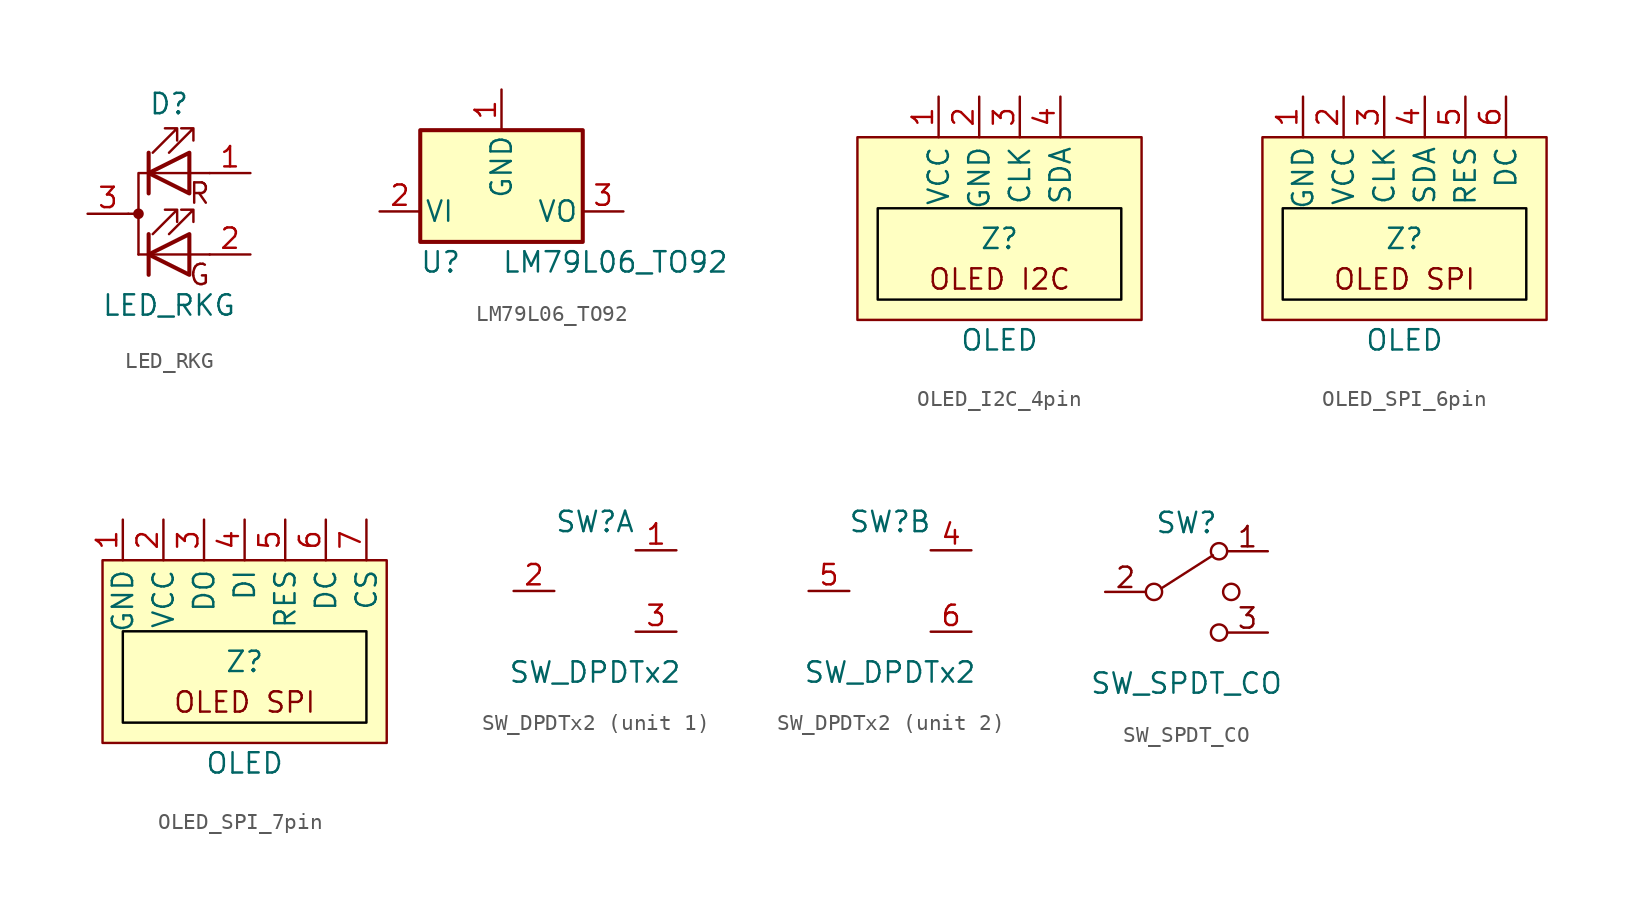
<source format=kicad_sym>
(kicad_symbol_lib
  (version 20220914)
  (generator kicad_symbol_editor)
  (symbol "LED_RKG"
    (pin_names
      (offset 0) hide)
    (property "Reference" "D"
      (at 0 6.858 0)
      (effects (font (size 1.27 1.27))))
    (property "Value" "LED_RKG"
      (at 0 -5.715 0)
      (effects (font (size 1.27 1.27))))
    (symbol "LED_RKG_0_0"
      (text "G" (at 1.905 -3.81 0) (effects (font (size 1.27 1.27))))
      (text "R" (at 1.905 1.27 0) (effects (font (size 1.27 1.27)))))
    (symbol "LED_RKG_0_1"
      (circle (center -1.905 0) (radius 0.254) (stroke (width 0) (type default)) (fill (type outline)))
      (polyline (pts (xy -1.905 0) (xy -2.54 0)) (stroke (width 0) (type default)) (fill (type none)))
      (polyline (pts (xy -1.27 -2.54) (xy -1.905 -2.54)) (stroke (width 0) (type default)) (fill (type none)))
      (polyline (pts (xy -1.27 -1.27) (xy -1.27 -3.81)) (stroke (width 0.254) (type default)) (fill (type none)))
      (polyline (pts (xy -1.27 2.54) (xy 1.27 2.54)) (stroke (width 0) (type default)) (fill (type none)))
      (polyline (pts (xy -1.27 3.81) (xy -1.27 1.27)) (stroke (width 0.254) (type default)) (fill (type none)))
      (polyline (pts (xy 1.27 -2.54) (xy -1.27 -2.54)) (stroke (width 0) (type default)) (fill (type none)))
      (polyline (pts (xy 1.27 -2.54) (xy 2.54 -2.54)) (stroke (width 0) (type default)) (fill (type none)))
      (polyline (pts (xy 1.27 2.54) (xy 2.54 2.54)) (stroke (width 0) (type default)) (fill (type none)))
      (polyline (pts (xy -1.27 -1.27) (xy -1.27 -3.81) (xy -1.27 -3.81)) (stroke (width 0) (type default)) (fill (type none)))
      (polyline (pts (xy -1.27 2.54) (xy -1.905 2.54) (xy -1.905 -2.54)) (stroke (width 0) (type default)) (fill (type none)))
      (polyline (pts (xy -1.27 3.81) (xy -1.27 1.27) (xy -1.27 1.27)) (stroke (width 0) (type default)) (fill (type none)))
      (polyline (pts (xy 1.27 -1.27) (xy 1.27 -3.81) (xy -1.27 -2.54) (xy 1.27 -1.27)) (stroke (width 0.254) (type default)) (fill (type none)))
      (polyline (pts (xy 1.27 3.81) (xy 1.27 1.27) (xy -1.27 2.54) (xy 1.27 3.81)) (stroke (width 0.254) (type default)) (fill (type none)))
      (polyline (pts (xy -1.016 -1.27) (xy 0.508 0.254) (xy -0.254 0.254) (xy 0.508 0.254) (xy 0.508 -0.508)) (stroke (width 0) (type default)) (fill (type none)))
      (polyline (pts (xy -1.016 3.81) (xy 0.508 5.334) (xy -0.254 5.334) (xy 0.508 5.334) (xy 0.508 4.572)) (stroke (width 0) (type default)) (fill (type none)))
      (polyline (pts (xy 0 -1.27) (xy 1.524 0.254) (xy 0.762 0.254) (xy 1.524 0.254) (xy 1.524 -0.508)) (stroke (width 0) (type default)) (fill (type none)))
      (polyline (pts (xy 0 3.81) (xy 1.524 5.334) (xy 0.762 5.334) (xy 1.524 5.334) (xy 1.524 4.572)) (stroke (width 0) (type default)) (fill (type none)))
      (rectangle (start 1.27 -3.81) (end 1.27 -1.27) (stroke (width 0) (type default)) (fill (type none)))
      (rectangle (start 1.27 -1.27) (end 1.27 -1.27) (stroke (width 0) (type default)) (fill (type none)))
      (rectangle (start 1.27 1.27) (end 1.27 3.81) (stroke (width 0) (type default)) (fill (type none)))
      (rectangle (start 1.27 3.81) (end 1.27 3.81) (stroke (width 0) (type default)) (fill (type none))))
    (symbol "LED_RKG_1_1"
      (pin passive line (at 5.08 2.54 180) (length 2.54) (name "RA" (effects (font (size 1.27 1.27)))) (number "1" (effects (font (size 1.27 1.27)))))
      (pin passive line (at 5.08 -2.54 180) (length 2.54) (name "GA" (effects (font (size 1.27 1.27)))) (number "2" (effects (font (size 1.27 1.27)))))
      (pin passive line (at -5.08 0 0) (length 2.54) (name "K" (effects (font (size 1.27 1.27)))) (number "3" (effects (font (size 1.27 1.27)))))))
  (symbol "LM79L06_TO92"
    (pin_names
      (offset 0.254))
    (property "Reference" "U"
      (at -3.81 -3.175 0)
      (effects (font (size 1.27 1.27))))
    (property "Value" "LM79L06_TO92"
      (at 0 -3.175 0)
      (effects (font (size 1.27 1.27)) (justify left)))
    (symbol "LM79L06_TO92_0_1"
      (rectangle (start -5.08 5.08) (end 5.08 -1.905) (stroke (width 0.254) (type default)) (fill (type background))))
    (symbol "LM79L06_TO92_1_1"
      (pin power_in line (at 0 7.62 270) (length 2.54) (name "GND" (effects (font (size 1.27 1.27)))) (number "1" (effects (font (size 1.27 1.27)))))
      (pin power_in line (at -7.62 0 0) (length 2.54) (name "VI" (effects (font (size 1.27 1.27)))) (number "2" (effects (font (size 1.27 1.27)))))
      (pin power_out line (at 7.62 0 180) (length 2.54) (name "VO" (effects (font (size 1.27 1.27)))) (number "3" (effects (font (size 1.27 1.27)))))))
  (symbol "OLED_I2C_4pin"
    (property "Reference" "Z"
      (at 0 -3.81 0)
      (effects (font (size 1.27 1.27))))
    (property "Value" "OLED"
      (at 0 -10.16 0)
      (effects (font (size 1.27 1.27))))
    (symbol "OLED_I2C_4pin_1_1"
      (rectangle (start -8.89 2.54) (end 8.89 -8.89) (stroke (width 0) (type default)) (fill (type background)))
      (rectangle (start -7.62 -1.905) (end 7.62 -7.62) (stroke (width 0) (type default) (color 0 0 0 1)) (fill (type none)))
      (text "OLED I2C" (at 0 -6.35 0) (effects (font (size 1.27 1.27))))
      (pin power_in line (at -3.81 5.08 270) (length 2.54) (name "VCC" (effects (font (size 1.27 1.27)))) (number "1" (effects (font (size 1.27 1.27)))))
      (pin power_in line (at -1.27 5.08 270) (length 2.54) (name "GND" (effects (font (size 1.27 1.27)))) (number "2" (effects (font (size 1.27 1.27)))))
      (pin input line (at 1.27 5.08 270) (length 2.54) (name "CLK" (effects (font (size 1.27 1.27)))) (number "3" (effects (font (size 1.27 1.27)))))
      (pin input line (at 3.81 5.08 270) (length 2.54) (name "SDA" (effects (font (size 1.27 1.27)))) (number "4" (effects (font (size 1.27 1.27)))))))
  (symbol "OLED_SPI_6pin"
    (property "Reference" "Z"
      (at 0 -3.81 0)
      (effects (font (size 1.27 1.27))))
    (property "Value" "OLED"
      (at 0 -10.16 0)
      (effects (font (size 1.27 1.27))))
    (symbol "OLED_SPI_6pin_1_1"
      (rectangle (start -8.89 2.54) (end 8.89 -8.89) (stroke (width 0) (type default)) (fill (type background)))
      (rectangle (start -7.62 -1.905) (end 7.62 -7.62) (stroke (width 0) (type default) (color 0 0 0 1)) (fill (type none)))
      (text "OLED SPI" (at 0 -6.35 0) (effects (font (size 1.27 1.27))))
      (pin power_in line (at -6.35 5.08 270) (length 2.54) (name "GND" (effects (font (size 1.27 1.27)))) (number "1" (effects (font (size 1.27 1.27)))))
      (pin power_in line (at -3.81 5.08 270) (length 2.54) (name "VCC" (effects (font (size 1.27 1.27)))) (number "2" (effects (font (size 1.27 1.27)))))
      (pin input line (at -1.27 5.08 270) (length 2.54) (name "CLK" (effects (font (size 1.27 1.27)))) (number "3" (effects (font (size 1.27 1.27)))))
      (pin input line (at 1.27 5.08 270) (length 2.54) (name "SDA" (effects (font (size 1.27 1.27)))) (number "4" (effects (font (size 1.27 1.27)))))
      (pin input line (at 3.81 5.08 270) (length 2.54) (name "RES" (effects (font (size 1.27 1.27)))) (number "5" (effects (font (size 1.27 1.27)))))
      (pin input line (at 6.35 5.08 270) (length 2.54) (name "DC" (effects (font (size 1.27 1.27)))) (number "6" (effects (font (size 1.27 1.27)))))))
  (symbol "OLED_SPI_7pin"
    (property "Reference" "Z"
      (at 0 -3.81 0)
      (effects (font (size 1.27 1.27))))
    (property "Value" "OLED"
      (at 0 -10.16 0)
      (effects (font (size 1.27 1.27))))
    (symbol "OLED_SPI_7pin_1_1"
      (rectangle (start -8.89 2.54) (end 8.89 -8.89) (stroke (width 0) (type default)) (fill (type background)))
      (rectangle (start -7.62 -1.905) (end 7.62 -7.62) (stroke (width 0) (type default) (color 0 0 0 1)) (fill (type none)))
      (text "OLED SPI" (at 0 -6.35 0) (effects (font (size 1.27 1.27))))
      (pin power_in line (at -7.62 5.08 270) (length 2.54) (name "GND" (effects (font (size 1.27 1.27)))) (number "1" (effects (font (size 1.27 1.27)))))
      (pin power_in line (at -5.08 5.08 270) (length 2.54) (name "VCC" (effects (font (size 1.27 1.27)))) (number "2" (effects (font (size 1.27 1.27)))))
      (pin output line (at -2.54 5.08 270) (length 2.54) (name "DO" (effects (font (size 1.27 1.27)))) (number "3" (effects (font (size 1.27 1.27)))))
      (pin input line (at 0 5.08 270) (length 2.54) (name "DI" (effects (font (size 1.27 1.27)))) (number "4" (effects (font (size 1.27 1.27)))))
      (pin input line (at 2.54 5.08 270) (length 2.54) (name "RES" (effects (font (size 1.27 1.27)))) (number "5" (effects (font (size 1.27 1.27)))))
      (pin input line (at 5.08 5.08 270) (length 2.54) (name "DC" (effects (font (size 1.27 1.27)))) (number "6" (effects (font (size 1.27 1.27)))))
      (pin input line (at 7.62 5.08 270) (length 2.54) (name "CS" (effects (font (size 1.27 1.27)))) (number "7" (effects (font (size 1.27 1.27)))))))
  (symbol "SW_DPDTx2"
    (pin_names
      (offset 0) hide)
    (property "Reference" "SW"
      (at 0 4.318 0)
      (do_not_autoplace)
      (effects (font (size 1.27 1.27))))
    (property "Value" "SW_DPDTx2"
      (at 0 -5.08 0)
      (do_not_autoplace)
      (effects (font (size 1.27 1.27))))
    (symbol "SW_DPDTx2_1_1"
      (pin passive line (at 5.08 2.54 180) (length 2.54) (name "A" (effects (font (size 1.27 1.27)))) (number "1" (effects (font (size 1.27 1.27)))))
      (pin passive line (at -5.08 0 0) (length 2.54) (name "B" (effects (font (size 1.27 1.27)))) (number "2" (effects (font (size 1.27 1.27)))))
      (pin passive line (at 5.08 -2.54 180) (length 2.54) (name "C" (effects (font (size 1.27 1.27)))) (number "3" (effects (font (size 1.27 1.27))))))
    (symbol "SW_DPDTx2_2_1"
      (pin passive line (at 5.08 2.54 180) (length 2.54) (name "D" (effects (font (size 1.27 1.27)))) (number "4" (effects (font (size 1.27 1.27)))))
      (pin passive line (at -5.08 0 0) (length 2.54) (name "E" (effects (font (size 1.27 1.27)))) (number "5" (effects (font (size 1.27 1.27)))))
      (pin passive line (at 5.08 -2.54 180) (length 2.54) (name "F" (effects (font (size 1.27 1.27)))) (number "6" (effects (font (size 1.27 1.27)))))))
  (symbol "SW_SPDT_CO"
    (pin_names
      (offset 0) hide)
    (property "Reference" "SW"
      (at 0 4.318 0)
      (effects (font (size 1.27 1.27))))
    (property "Value" "SW_SPDT_CO"
      (at 0 -5.715 0)
      (effects (font (size 1.27 1.27))))
    (symbol "SW_SPDT_CO_0_0"
      (circle (center -2.032 0) (radius 0.508) (stroke (width 0) (type solid)) (fill (type none)))
      (circle (center 2.032 -2.54) (radius 0.508) (stroke (width 0) (type solid)) (fill (type none)))
      (text "1" (at 3.81 3.429 0) (effects (font (size 1.27 1.27))))
      (text "2" (at -3.81 0.889 0) (effects (font (size 1.27 1.27))))
      (text "3" (at 3.81 -1.651 0) (effects (font (size 1.27 1.27)))))
    (symbol "SW_SPDT_CO_0_1"
      (polyline (pts (xy -1.524 0.254) (xy 1.651 2.286)) (stroke (width 0) (type solid)) (fill (type none)))
      (circle (center 2.032 2.54) (radius 0.508) (stroke (width 0) (type solid)) (fill (type none)))
      (circle (center 2.794 0) (radius 0.508) (stroke (width 0) (type solid)) (fill (type none))))
    (symbol "SW_SPDT_CO_1_1"
      (pin passive line (at 5.08 2.54 180) (length 2.54) (name "A" (effects (font (size 1.27 1.27)))) (number "1" (effects (font (size 0 0)))))
      (pin passive line (at -5.08 0 0) (length 2.54) (name "B" (effects (font (size 1.27 1.27)))) (number "2" (effects (font (size 0 0)))))
      (pin passive line (at 5.08 -2.54 180) (length 2.54) (name "C" (effects (font (size 1.27 1.27)))) (number "3" (effects (font (size 0 0))))))))
</source>
